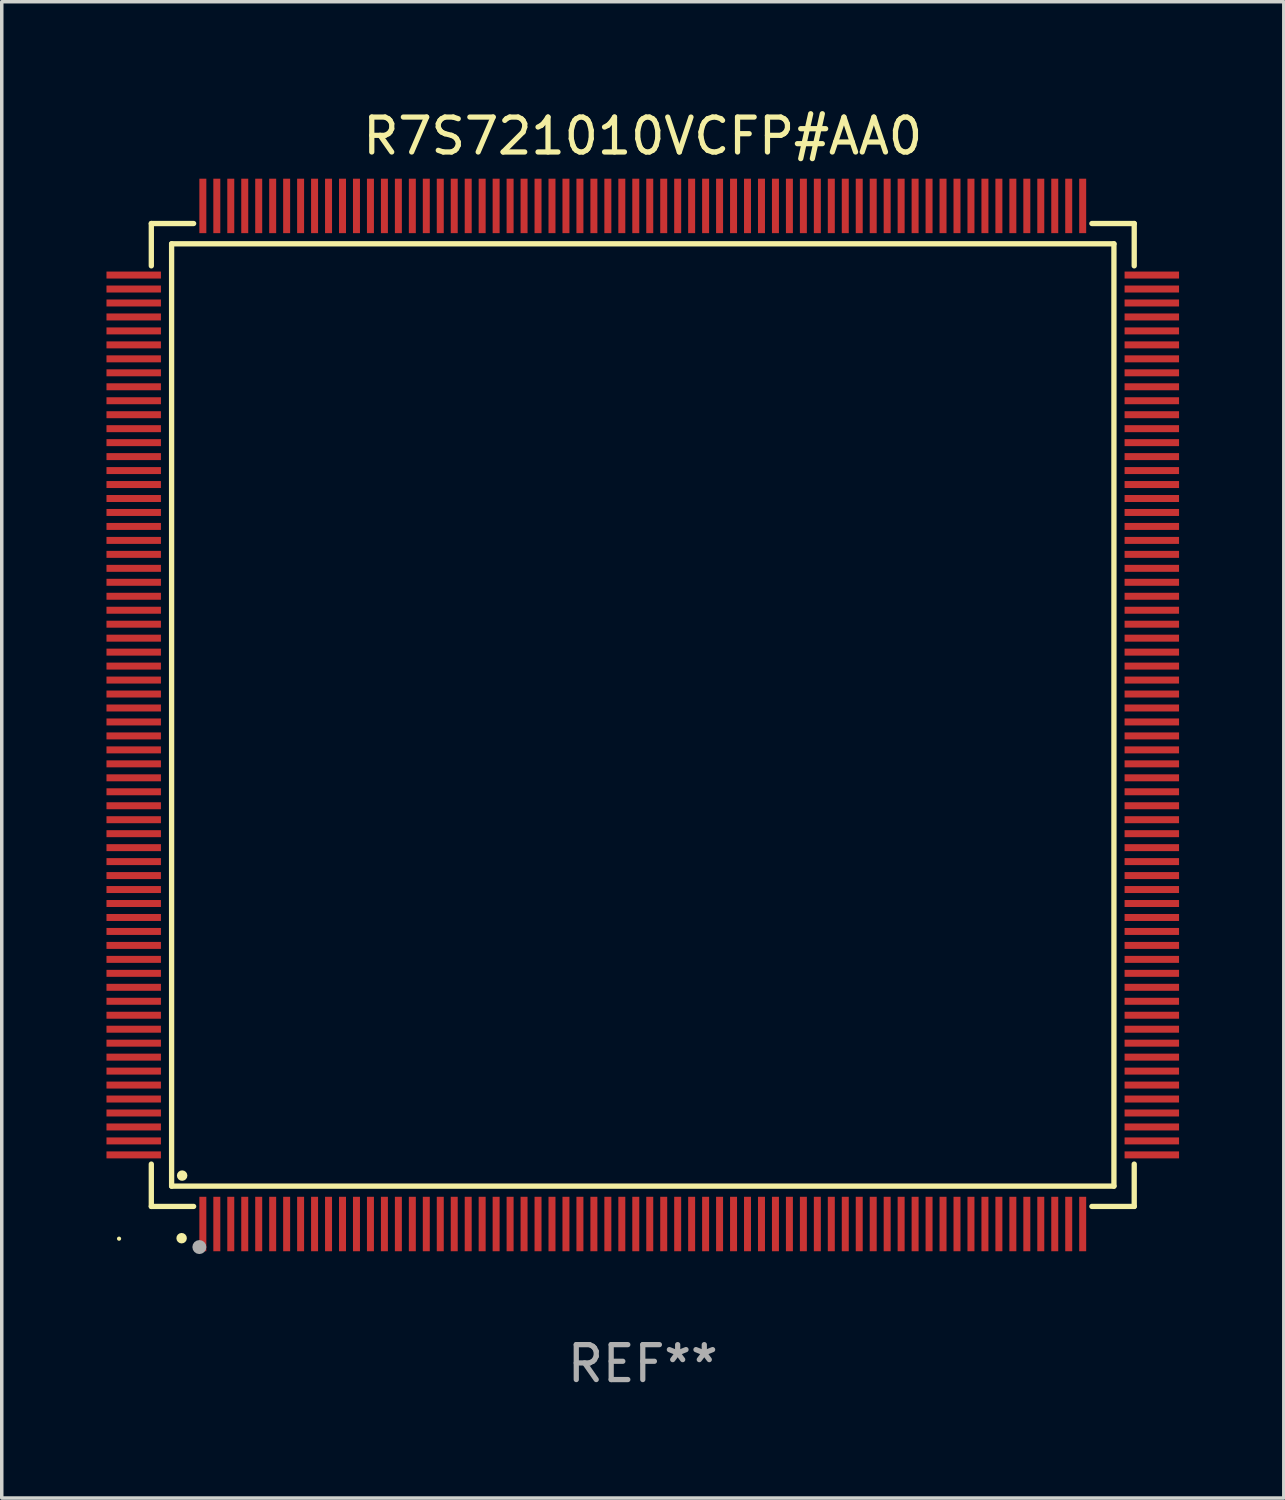
<source format=kicad_pcb>
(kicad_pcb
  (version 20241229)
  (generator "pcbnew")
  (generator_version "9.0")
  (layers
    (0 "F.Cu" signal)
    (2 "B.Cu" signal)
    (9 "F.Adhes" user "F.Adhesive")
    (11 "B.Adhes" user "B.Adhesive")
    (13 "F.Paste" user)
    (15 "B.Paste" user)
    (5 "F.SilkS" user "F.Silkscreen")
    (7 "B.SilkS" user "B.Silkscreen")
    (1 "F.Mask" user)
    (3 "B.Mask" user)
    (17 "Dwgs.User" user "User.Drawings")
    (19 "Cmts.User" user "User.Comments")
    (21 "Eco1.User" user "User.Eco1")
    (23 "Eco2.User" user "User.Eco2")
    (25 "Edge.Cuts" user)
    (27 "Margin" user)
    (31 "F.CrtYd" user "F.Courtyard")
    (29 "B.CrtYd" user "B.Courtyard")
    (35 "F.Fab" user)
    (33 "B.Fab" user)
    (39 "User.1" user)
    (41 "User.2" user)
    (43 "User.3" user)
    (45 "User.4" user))
  (footprint "R7S721010VCFP#AA0"
    (layer "F.Cu")
    (at 15.36 17.428)
    (property "Reference" "R7S721010VCFP#AA0" (at 0 -16.58 0) (layer "F.SilkS") (effects (font (size 1 1) (thickness 0.15))))
    (attr through_hole)
    (fp_line (start -14.076 -14.076) (end -14.076 -12.864) (stroke (width 0.152) (type solid)) (layer "F.SilkS"))
    (fp_line (start -14.076 14.076) (end -14.076 12.864) (stroke (width 0.152) (type solid)) (layer "F.SilkS"))
    (fp_line (start -13.495 -13.495) (end 13.495 -13.495) (stroke (width 0.152) (type solid)) (layer "F.SilkS"))
    (fp_line (start -13.495 13.495) (end -13.495 -13.495) (stroke (width 0.152) (type solid)) (layer "F.SilkS"))
    (fp_line (start -12.864 -14.076) (end -14.076 -14.076) (stroke (width 0.152) (type solid)) (layer "F.SilkS"))
    (fp_line (start -12.864 14.076) (end -14.076 14.076) (stroke (width 0.152) (type solid)) (layer "F.SilkS"))
    (fp_line (start 12.864 -14.076) (end 14.076 -14.076) (stroke (width 0.152) (type solid)) (layer "F.SilkS"))
    (fp_line (start 12.864 14.076) (end 14.076 14.076) (stroke (width 0.152) (type solid)) (layer "F.SilkS"))
    (fp_line (start 13.495 -13.495) (end 13.495 13.495) (stroke (width 0.152) (type solid)) (layer "F.SilkS"))
    (fp_line (start 13.495 13.495) (end -13.495 13.495) (stroke (width 0.152) (type solid)) (layer "F.SilkS"))
    (fp_line (start 14.076 -14.076) (end 14.076 -12.864) (stroke (width 0.152) (type solid)) (layer "F.SilkS"))
    (fp_line (start 14.076 14.076) (end 14.076 12.864) (stroke (width 0.152) (type solid)) (layer "F.SilkS"))
    (fp_circle (center -15 15) (end -14.97 15) (stroke (width 0.06) (type solid)) (fill no) (layer "F.SilkS"))
    (fp_circle (center -13.208 14.986) (end -13.133 14.986) (stroke (width 0.15) (type solid)) (fill no) (layer "F.SilkS"))
    (fp_circle (center -13.193 13.193) (end -13.118 13.193) (stroke (width 0.15) (type solid)) (fill no) (layer "F.SilkS"))
    (fp_circle (center -12.7 15.24) (end -12.6 15.24) (stroke (width 0.2) (type solid)) (fill no) (layer "F.Fab"))
    (fp_text user "REF**" (at 0 18.58 0) (layer "F.Fab") (effects (font (size 1 1) (thickness 0.15))))
    (pad "1" smd rect (at -12.6 14.58) (size 0.2 1.56) (layers "F.Cu" "F.Mask" "F.Paste"))
    (pad "2" smd rect (at -12.2 14.58) (size 0.2 1.56) (layers "F.Cu" "F.Mask" "F.Paste"))
    (pad "3" smd rect (at -11.8 14.58) (size 0.2 1.56) (layers "F.Cu" "F.Mask" "F.Paste"))
    (pad "4" smd rect (at -11.4 14.58) (size 0.2 1.56) (layers "F.Cu" "F.Mask" "F.Paste"))
    (pad "5" smd rect (at -11 14.58) (size 0.2 1.56) (layers "F.Cu" "F.Mask" "F.Paste"))
    (pad "6" smd rect (at -10.6 14.58) (size 0.2 1.56) (layers "F.Cu" "F.Mask" "F.Paste"))
    (pad "7" smd rect (at -10.2 14.58) (size 0.2 1.56) (layers "F.Cu" "F.Mask" "F.Paste"))
    (pad "8" smd rect (at -9.8 14.58) (size 0.2 1.56) (layers "F.Cu" "F.Mask" "F.Paste"))
    (pad "9" smd rect (at -9.4 14.58) (size 0.2 1.56) (layers "F.Cu" "F.Mask" "F.Paste"))
    (pad "10" smd rect (at -9 14.58) (size 0.2 1.56) (layers "F.Cu" "F.Mask" "F.Paste"))
    (pad "11" smd rect (at -8.6 14.58) (size 0.2 1.56) (layers "F.Cu" "F.Mask" "F.Paste"))
    (pad "12" smd rect (at -8.2 14.58) (size 0.2 1.56) (layers "F.Cu" "F.Mask" "F.Paste"))
    (pad "13" smd rect (at -7.8 14.58) (size 0.2 1.56) (layers "F.Cu" "F.Mask" "F.Paste"))
    (pad "14" smd rect (at -7.4 14.58) (size 0.2 1.56) (layers "F.Cu" "F.Mask" "F.Paste"))
    (pad "15" smd rect (at -7 14.58) (size 0.2 1.56) (layers "F.Cu" "F.Mask" "F.Paste"))
    (pad "16" smd rect (at -6.6 14.58) (size 0.2 1.56) (layers "F.Cu" "F.Mask" "F.Paste"))
    (pad "17" smd rect (at -6.2 14.58) (size 0.2 1.56) (layers "F.Cu" "F.Mask" "F.Paste"))
    (pad "18" smd rect (at -5.8 14.58) (size 0.2 1.56) (layers "F.Cu" "F.Mask" "F.Paste"))
    (pad "19" smd rect (at -5.4 14.58) (size 0.2 1.56) (layers "F.Cu" "F.Mask" "F.Paste"))
    (pad "20" smd rect (at -5 14.58) (size 0.2 1.56) (layers "F.Cu" "F.Mask" "F.Paste"))
    (pad "21" smd rect (at -4.6 14.58) (size 0.2 1.56) (layers "F.Cu" "F.Mask" "F.Paste"))
    (pad "22" smd rect (at -4.2 14.58) (size 0.2 1.56) (layers "F.Cu" "F.Mask" "F.Paste"))
    (pad "23" smd rect (at -3.8 14.58) (size 0.2 1.56) (layers "F.Cu" "F.Mask" "F.Paste"))
    (pad "24" smd rect (at -3.4 14.58) (size 0.2 1.56) (layers "F.Cu" "F.Mask" "F.Paste"))
    (pad "25" smd rect (at -3 14.58) (size 0.2 1.56) (layers "F.Cu" "F.Mask" "F.Paste"))
    (pad "26" smd rect (at -2.6 14.58) (size 0.2 1.56) (layers "F.Cu" "F.Mask" "F.Paste"))
    (pad "27" smd rect (at -2.2 14.58) (size 0.2 1.56) (layers "F.Cu" "F.Mask" "F.Paste"))
    (pad "28" smd rect (at -1.8 14.58) (size 0.2 1.56) (layers "F.Cu" "F.Mask" "F.Paste"))
    (pad "29" smd rect (at -1.4 14.58) (size 0.2 1.56) (layers "F.Cu" "F.Mask" "F.Paste"))
    (pad "30" smd rect (at -1 14.58) (size 0.2 1.56) (layers "F.Cu" "F.Mask" "F.Paste"))
    (pad "31" smd rect (at -0.6 14.58) (size 0.2 1.56) (layers "F.Cu" "F.Mask" "F.Paste"))
    (pad "32" smd rect (at -0.2 14.58) (size 0.2 1.56) (layers "F.Cu" "F.Mask" "F.Paste"))
    (pad "33" smd rect (at 0.2 14.58) (size 0.2 1.56) (layers "F.Cu" "F.Mask" "F.Paste"))
    (pad "34" smd rect (at 0.6 14.58) (size 0.2 1.56) (layers "F.Cu" "F.Mask" "F.Paste"))
    (pad "35" smd rect (at 1 14.58) (size 0.2 1.56) (layers "F.Cu" "F.Mask" "F.Paste"))
    (pad "36" smd rect (at 1.4 14.58) (size 0.2 1.56) (layers "F.Cu" "F.Mask" "F.Paste"))
    (pad "37" smd rect (at 1.8 14.58) (size 0.2 1.56) (layers "F.Cu" "F.Mask" "F.Paste"))
    (pad "38" smd rect (at 2.2 14.58) (size 0.2 1.56) (layers "F.Cu" "F.Mask" "F.Paste"))
    (pad "39" smd rect (at 2.6 14.58) (size 0.2 1.56) (layers "F.Cu" "F.Mask" "F.Paste"))
    (pad "40" smd rect (at 3 14.58) (size 0.2 1.56) (layers "F.Cu" "F.Mask" "F.Paste"))
    (pad "41" smd rect (at 3.4 14.58) (size 0.2 1.56) (layers "F.Cu" "F.Mask" "F.Paste"))
    (pad "42" smd rect (at 3.8 14.58) (size 0.2 1.56) (layers "F.Cu" "F.Mask" "F.Paste"))
    (pad "43" smd rect (at 4.2 14.58) (size 0.2 1.56) (layers "F.Cu" "F.Mask" "F.Paste"))
    (pad "44" smd rect (at 4.6 14.58) (size 0.2 1.56) (layers "F.Cu" "F.Mask" "F.Paste"))
    (pad "45" smd rect (at 5 14.58) (size 0.2 1.56) (layers "F.Cu" "F.Mask" "F.Paste"))
    (pad "46" smd rect (at 5.4 14.58) (size 0.2 1.56) (layers "F.Cu" "F.Mask" "F.Paste"))
    (pad "47" smd rect (at 5.8 14.58) (size 0.2 1.56) (layers "F.Cu" "F.Mask" "F.Paste"))
    (pad "48" smd rect (at 6.2 14.58) (size 0.2 1.56) (layers "F.Cu" "F.Mask" "F.Paste"))
    (pad "49" smd rect (at 6.6 14.58) (size 0.2 1.56) (layers "F.Cu" "F.Mask" "F.Paste"))
    (pad "50" smd rect (at 7 14.58) (size 0.2 1.56) (layers "F.Cu" "F.Mask" "F.Paste"))
    (pad "51" smd rect (at 7.4 14.58) (size 0.2 1.56) (layers "F.Cu" "F.Mask" "F.Paste"))
    (pad "52" smd rect (at 7.8 14.58) (size 0.2 1.56) (layers "F.Cu" "F.Mask" "F.Paste"))
    (pad "53" smd rect (at 8.2 14.58) (size 0.2 1.56) (layers "F.Cu" "F.Mask" "F.Paste"))
    (pad "54" smd rect (at 8.6 14.58) (size 0.2 1.56) (layers "F.Cu" "F.Mask" "F.Paste"))
    (pad "55" smd rect (at 9 14.58) (size 0.2 1.56) (layers "F.Cu" "F.Mask" "F.Paste"))
    (pad "56" smd rect (at 9.4 14.58) (size 0.2 1.56) (layers "F.Cu" "F.Mask" "F.Paste"))
    (pad "57" smd rect (at 9.8 14.58) (size 0.2 1.56) (layers "F.Cu" "F.Mask" "F.Paste"))
    (pad "58" smd rect (at 10.2 14.58) (size 0.2 1.56) (layers "F.Cu" "F.Mask" "F.Paste"))
    (pad "59" smd rect (at 10.6 14.58) (size 0.2 1.56) (layers "F.Cu" "F.Mask" "F.Paste"))
    (pad "60" smd rect (at 11 14.58) (size 0.2 1.56) (layers "F.Cu" "F.Mask" "F.Paste"))
    (pad "61" smd rect (at 11.4 14.58) (size 0.2 1.56) (layers "F.Cu" "F.Mask" "F.Paste"))
    (pad "62" smd rect (at 11.8 14.58) (size 0.2 1.56) (layers "F.Cu" "F.Mask" "F.Paste"))
    (pad "63" smd rect (at 12.2 14.58) (size 0.2 1.56) (layers "F.Cu" "F.Mask" "F.Paste"))
    (pad "64" smd rect (at 12.6 14.58) (size 0.2 1.56) (layers "F.Cu" "F.Mask" "F.Paste"))
    (pad "65" smd rect (at 14.58 12.6) (size 1.56 0.2) (layers "F.Cu" "F.Mask" "F.Paste"))
    (pad "66" smd rect (at 14.58 12.2) (size 1.56 0.2) (layers "F.Cu" "F.Mask" "F.Paste"))
    (pad "67" smd rect (at 14.58 11.8) (size 1.56 0.2) (layers "F.Cu" "F.Mask" "F.Paste"))
    (pad "68" smd rect (at 14.58 11.4) (size 1.56 0.2) (layers "F.Cu" "F.Mask" "F.Paste"))
    (pad "69" smd rect (at 14.58 11) (size 1.56 0.2) (layers "F.Cu" "F.Mask" "F.Paste"))
    (pad "70" smd rect (at 14.58 10.6) (size 1.56 0.2) (layers "F.Cu" "F.Mask" "F.Paste"))
    (pad "71" smd rect (at 14.58 10.2) (size 1.56 0.2) (layers "F.Cu" "F.Mask" "F.Paste"))
    (pad "72" smd rect (at 14.58 9.8) (size 1.56 0.2) (layers "F.Cu" "F.Mask" "F.Paste"))
    (pad "73" smd rect (at 14.58 9.4) (size 1.56 0.2) (layers "F.Cu" "F.Mask" "F.Paste"))
    (pad "74" smd rect (at 14.58 9) (size 1.56 0.2) (layers "F.Cu" "F.Mask" "F.Paste"))
    (pad "75" smd rect (at 14.58 8.6) (size 1.56 0.2) (layers "F.Cu" "F.Mask" "F.Paste"))
    (pad "76" smd rect (at 14.58 8.2) (size 1.56 0.2) (layers "F.Cu" "F.Mask" "F.Paste"))
    (pad "77" smd rect (at 14.58 7.8) (size 1.56 0.2) (layers "F.Cu" "F.Mask" "F.Paste"))
    (pad "78" smd rect (at 14.58 7.4) (size 1.56 0.2) (layers "F.Cu" "F.Mask" "F.Paste"))
    (pad "79" smd rect (at 14.58 7) (size 1.56 0.2) (layers "F.Cu" "F.Mask" "F.Paste"))
    (pad "80" smd rect (at 14.58 6.6) (size 1.56 0.2) (layers "F.Cu" "F.Mask" "F.Paste"))
    (pad "81" smd rect (at 14.58 6.2) (size 1.56 0.2) (layers "F.Cu" "F.Mask" "F.Paste"))
    (pad "82" smd rect (at 14.58 5.8) (size 1.56 0.2) (layers "F.Cu" "F.Mask" "F.Paste"))
    (pad "83" smd rect (at 14.58 5.4) (size 1.56 0.2) (layers "F.Cu" "F.Mask" "F.Paste"))
    (pad "84" smd rect (at 14.58 5) (size 1.56 0.2) (layers "F.Cu" "F.Mask" "F.Paste"))
    (pad "85" smd rect (at 14.58 4.6) (size 1.56 0.2) (layers "F.Cu" "F.Mask" "F.Paste"))
    (pad "86" smd rect (at 14.58 4.2) (size 1.56 0.2) (layers "F.Cu" "F.Mask" "F.Paste"))
    (pad "87" smd rect (at 14.58 3.8) (size 1.56 0.2) (layers "F.Cu" "F.Mask" "F.Paste"))
    (pad "88" smd rect (at 14.58 3.4) (size 1.56 0.2) (layers "F.Cu" "F.Mask" "F.Paste"))
    (pad "89" smd rect (at 14.58 3) (size 1.56 0.2) (layers "F.Cu" "F.Mask" "F.Paste"))
    (pad "90" smd rect (at 14.58 2.6) (size 1.56 0.2) (layers "F.Cu" "F.Mask" "F.Paste"))
    (pad "91" smd rect (at 14.58 2.2) (size 1.56 0.2) (layers "F.Cu" "F.Mask" "F.Paste"))
    (pad "92" smd rect (at 14.58 1.8) (size 1.56 0.2) (layers "F.Cu" "F.Mask" "F.Paste"))
    (pad "93" smd rect (at 14.58 1.4) (size 1.56 0.2) (layers "F.Cu" "F.Mask" "F.Paste"))
    (pad "94" smd rect (at 14.58 1) (size 1.56 0.2) (layers "F.Cu" "F.Mask" "F.Paste"))
    (pad "95" smd rect (at 14.58 0.6) (size 1.56 0.2) (layers "F.Cu" "F.Mask" "F.Paste"))
    (pad "96" smd rect (at 14.58 0.2) (size 1.56 0.2) (layers "F.Cu" "F.Mask" "F.Paste"))
    (pad "97" smd rect (at 14.58 -0.2) (size 1.56 0.2) (layers "F.Cu" "F.Mask" "F.Paste"))
    (pad "98" smd rect (at 14.58 -0.6) (size 1.56 0.2) (layers "F.Cu" "F.Mask" "F.Paste"))
    (pad "99" smd rect (at 14.58 -1) (size 1.56 0.2) (layers "F.Cu" "F.Mask" "F.Paste"))
    (pad "100" smd rect (at 14.58 -1.4) (size 1.56 0.2) (layers "F.Cu" "F.Mask" "F.Paste"))
    (pad "101" smd rect (at 14.58 -1.8) (size 1.56 0.2) (layers "F.Cu" "F.Mask" "F.Paste"))
    (pad "102" smd rect (at 14.58 -2.2) (size 1.56 0.2) (layers "F.Cu" "F.Mask" "F.Paste"))
    (pad "103" smd rect (at 14.58 -2.6) (size 1.56 0.2) (layers "F.Cu" "F.Mask" "F.Paste"))
    (pad "104" smd rect (at 14.58 -3) (size 1.56 0.2) (layers "F.Cu" "F.Mask" "F.Paste"))
    (pad "105" smd rect (at 14.58 -3.4) (size 1.56 0.2) (layers "F.Cu" "F.Mask" "F.Paste"))
    (pad "106" smd rect (at 14.58 -3.8) (size 1.56 0.2) (layers "F.Cu" "F.Mask" "F.Paste"))
    (pad "107" smd rect (at 14.58 -4.2) (size 1.56 0.2) (layers "F.Cu" "F.Mask" "F.Paste"))
    (pad "108" smd rect (at 14.58 -4.6) (size 1.56 0.2) (layers "F.Cu" "F.Mask" "F.Paste"))
    (pad "109" smd rect (at 14.58 -5) (size 1.56 0.2) (layers "F.Cu" "F.Mask" "F.Paste"))
    (pad "110" smd rect (at 14.58 -5.4) (size 1.56 0.2) (layers "F.Cu" "F.Mask" "F.Paste"))
    (pad "111" smd rect (at 14.58 -5.8) (size 1.56 0.2) (layers "F.Cu" "F.Mask" "F.Paste"))
    (pad "112" smd rect (at 14.58 -6.2) (size 1.56 0.2) (layers "F.Cu" "F.Mask" "F.Paste"))
    (pad "113" smd rect (at 14.58 -6.6) (size 1.56 0.2) (layers "F.Cu" "F.Mask" "F.Paste"))
    (pad "114" smd rect (at 14.58 -7) (size 1.56 0.2) (layers "F.Cu" "F.Mask" "F.Paste"))
    (pad "115" smd rect (at 14.58 -7.4) (size 1.56 0.2) (layers "F.Cu" "F.Mask" "F.Paste"))
    (pad "116" smd rect (at 14.58 -7.8) (size 1.56 0.2) (layers "F.Cu" "F.Mask" "F.Paste"))
    (pad "117" smd rect (at 14.58 -8.2) (size 1.56 0.2) (layers "F.Cu" "F.Mask" "F.Paste"))
    (pad "118" smd rect (at 14.58 -8.6) (size 1.56 0.2) (layers "F.Cu" "F.Mask" "F.Paste"))
    (pad "119" smd rect (at 14.58 -9) (size 1.56 0.2) (layers "F.Cu" "F.Mask" "F.Paste"))
    (pad "120" smd rect (at 14.58 -9.4) (size 1.56 0.2) (layers "F.Cu" "F.Mask" "F.Paste"))
    (pad "121" smd rect (at 14.58 -9.8) (size 1.56 0.2) (layers "F.Cu" "F.Mask" "F.Paste"))
    (pad "122" smd rect (at 14.58 -10.2) (size 1.56 0.2) (layers "F.Cu" "F.Mask" "F.Paste"))
    (pad "123" smd rect (at 14.58 -10.6) (size 1.56 0.2) (layers "F.Cu" "F.Mask" "F.Paste"))
    (pad "124" smd rect (at 14.58 -11) (size 1.56 0.2) (layers "F.Cu" "F.Mask" "F.Paste"))
    (pad "125" smd rect (at 14.58 -11.4) (size 1.56 0.2) (layers "F.Cu" "F.Mask" "F.Paste"))
    (pad "126" smd rect (at 14.58 -11.8) (size 1.56 0.2) (layers "F.Cu" "F.Mask" "F.Paste"))
    (pad "127" smd rect (at 14.58 -12.2) (size 1.56 0.2) (layers "F.Cu" "F.Mask" "F.Paste"))
    (pad "128" smd rect (at 14.58 -12.6) (size 1.56 0.2) (layers "F.Cu" "F.Mask" "F.Paste"))
    (pad "129" smd rect (at 12.6 -14.58) (size 0.2 1.56) (layers "F.Cu" "F.Mask" "F.Paste"))
    (pad "130" smd rect (at 12.2 -14.58) (size 0.2 1.56) (layers "F.Cu" "F.Mask" "F.Paste"))
    (pad "131" smd rect (at 11.8 -14.58) (size 0.2 1.56) (layers "F.Cu" "F.Mask" "F.Paste"))
    (pad "132" smd rect (at 11.4 -14.58) (size 0.2 1.56) (layers "F.Cu" "F.Mask" "F.Paste"))
    (pad "133" smd rect (at 11 -14.58) (size 0.2 1.56) (layers "F.Cu" "F.Mask" "F.Paste"))
    (pad "134" smd rect (at 10.6 -14.58) (size 0.2 1.56) (layers "F.Cu" "F.Mask" "F.Paste"))
    (pad "135" smd rect (at 10.2 -14.58) (size 0.2 1.56) (layers "F.Cu" "F.Mask" "F.Paste"))
    (pad "136" smd rect (at 9.8 -14.58) (size 0.2 1.56) (layers "F.Cu" "F.Mask" "F.Paste"))
    (pad "137" smd rect (at 9.4 -14.58) (size 0.2 1.56) (layers "F.Cu" "F.Mask" "F.Paste"))
    (pad "138" smd rect (at 9 -14.58) (size 0.2 1.56) (layers "F.Cu" "F.Mask" "F.Paste"))
    (pad "139" smd rect (at 8.6 -14.58) (size 0.2 1.56) (layers "F.Cu" "F.Mask" "F.Paste"))
    (pad "140" smd rect (at 8.2 -14.58) (size 0.2 1.56) (layers "F.Cu" "F.Mask" "F.Paste"))
    (pad "141" smd rect (at 7.8 -14.58) (size 0.2 1.56) (layers "F.Cu" "F.Mask" "F.Paste"))
    (pad "142" smd rect (at 7.4 -14.58) (size 0.2 1.56) (layers "F.Cu" "F.Mask" "F.Paste"))
    (pad "143" smd rect (at 7 -14.58) (size 0.2 1.56) (layers "F.Cu" "F.Mask" "F.Paste"))
    (pad "144" smd rect (at 6.6 -14.58) (size 0.2 1.56) (layers "F.Cu" "F.Mask" "F.Paste"))
    (pad "145" smd rect (at 6.2 -14.58) (size 0.2 1.56) (layers "F.Cu" "F.Mask" "F.Paste"))
    (pad "146" smd rect (at 5.8 -14.58) (size 0.2 1.56) (layers "F.Cu" "F.Mask" "F.Paste"))
    (pad "147" smd rect (at 5.4 -14.58) (size 0.2 1.56) (layers "F.Cu" "F.Mask" "F.Paste"))
    (pad "148" smd rect (at 5 -14.58) (size 0.2 1.56) (layers "F.Cu" "F.Mask" "F.Paste"))
    (pad "149" smd rect (at 4.6 -14.58) (size 0.2 1.56) (layers "F.Cu" "F.Mask" "F.Paste"))
    (pad "150" smd rect (at 4.2 -14.58) (size 0.2 1.56) (layers "F.Cu" "F.Mask" "F.Paste"))
    (pad "151" smd rect (at 3.8 -14.58) (size 0.2 1.56) (layers "F.Cu" "F.Mask" "F.Paste"))
    (pad "152" smd rect (at 3.4 -14.58) (size 0.2 1.56) (layers "F.Cu" "F.Mask" "F.Paste"))
    (pad "153" smd rect (at 3 -14.58) (size 0.2 1.56) (layers "F.Cu" "F.Mask" "F.Paste"))
    (pad "154" smd rect (at 2.6 -14.58) (size 0.2 1.56) (layers "F.Cu" "F.Mask" "F.Paste"))
    (pad "155" smd rect (at 2.2 -14.58) (size 0.2 1.56) (layers "F.Cu" "F.Mask" "F.Paste"))
    (pad "156" smd rect (at 1.8 -14.58) (size 0.2 1.56) (layers "F.Cu" "F.Mask" "F.Paste"))
    (pad "157" smd rect (at 1.4 -14.58) (size 0.2 1.56) (layers "F.Cu" "F.Mask" "F.Paste"))
    (pad "158" smd rect (at 1 -14.58) (size 0.2 1.56) (layers "F.Cu" "F.Mask" "F.Paste"))
    (pad "159" smd rect (at 0.6 -14.58) (size 0.2 1.56) (layers "F.Cu" "F.Mask" "F.Paste"))
    (pad "160" smd rect (at 0.2 -14.58) (size 0.2 1.56) (layers "F.Cu" "F.Mask" "F.Paste"))
    (pad "161" smd rect (at -0.2 -14.58) (size 0.2 1.56) (layers "F.Cu" "F.Mask" "F.Paste"))
    (pad "162" smd rect (at -0.6 -14.58) (size 0.2 1.56) (layers "F.Cu" "F.Mask" "F.Paste"))
    (pad "163" smd rect (at -1 -14.58) (size 0.2 1.56) (layers "F.Cu" "F.Mask" "F.Paste"))
    (pad "164" smd rect (at -1.4 -14.58) (size 0.2 1.56) (layers "F.Cu" "F.Mask" "F.Paste"))
    (pad "165" smd rect (at -1.8 -14.58) (size 0.2 1.56) (layers "F.Cu" "F.Mask" "F.Paste"))
    (pad "166" smd rect (at -2.2 -14.58) (size 0.2 1.56) (layers "F.Cu" "F.Mask" "F.Paste"))
    (pad "167" smd rect (at -2.6 -14.58) (size 0.2 1.56) (layers "F.Cu" "F.Mask" "F.Paste"))
    (pad "168" smd rect (at -3 -14.58) (size 0.2 1.56) (layers "F.Cu" "F.Mask" "F.Paste"))
    (pad "169" smd rect (at -3.4 -14.58) (size 0.2 1.56) (layers "F.Cu" "F.Mask" "F.Paste"))
    (pad "170" smd rect (at -3.8 -14.58) (size 0.2 1.56) (layers "F.Cu" "F.Mask" "F.Paste"))
    (pad "171" smd rect (at -4.2 -14.58) (size 0.2 1.56) (layers "F.Cu" "F.Mask" "F.Paste"))
    (pad "172" smd rect (at -4.6 -14.58) (size 0.2 1.56) (layers "F.Cu" "F.Mask" "F.Paste"))
    (pad "173" smd rect (at -5 -14.58) (size 0.2 1.56) (layers "F.Cu" "F.Mask" "F.Paste"))
    (pad "174" smd rect (at -5.4 -14.58) (size 0.2 1.56) (layers "F.Cu" "F.Mask" "F.Paste"))
    (pad "175" smd rect (at -5.8 -14.58) (size 0.2 1.56) (layers "F.Cu" "F.Mask" "F.Paste"))
    (pad "176" smd rect (at -6.2 -14.58) (size 0.2 1.56) (layers "F.Cu" "F.Mask" "F.Paste"))
    (pad "177" smd rect (at -6.6 -14.58) (size 0.2 1.56) (layers "F.Cu" "F.Mask" "F.Paste"))
    (pad "178" smd rect (at -7 -14.58) (size 0.2 1.56) (layers "F.Cu" "F.Mask" "F.Paste"))
    (pad "179" smd rect (at -7.4 -14.58) (size 0.2 1.56) (layers "F.Cu" "F.Mask" "F.Paste"))
    (pad "180" smd rect (at -7.8 -14.58) (size 0.2 1.56) (layers "F.Cu" "F.Mask" "F.Paste"))
    (pad "181" smd rect (at -8.2 -14.58) (size 0.2 1.56) (layers "F.Cu" "F.Mask" "F.Paste"))
    (pad "182" smd rect (at -8.6 -14.58) (size 0.2 1.56) (layers "F.Cu" "F.Mask" "F.Paste"))
    (pad "183" smd rect (at -9 -14.58) (size 0.2 1.56) (layers "F.Cu" "F.Mask" "F.Paste"))
    (pad "184" smd rect (at -9.4 -14.58) (size 0.2 1.56) (layers "F.Cu" "F.Mask" "F.Paste"))
    (pad "185" smd rect (at -9.8 -14.58) (size 0.2 1.56) (layers "F.Cu" "F.Mask" "F.Paste"))
    (pad "186" smd rect (at -10.2 -14.58) (size 0.2 1.56) (layers "F.Cu" "F.Mask" "F.Paste"))
    (pad "187" smd rect (at -10.6 -14.58) (size 0.2 1.56) (layers "F.Cu" "F.Mask" "F.Paste"))
    (pad "188" smd rect (at -11 -14.58) (size 0.2 1.56) (layers "F.Cu" "F.Mask" "F.Paste"))
    (pad "189" smd rect (at -11.4 -14.58) (size 0.2 1.56) (layers "F.Cu" "F.Mask" "F.Paste"))
    (pad "190" smd rect (at -11.8 -14.58) (size 0.2 1.56) (layers "F.Cu" "F.Mask" "F.Paste"))
    (pad "191" smd rect (at -12.2 -14.58) (size 0.2 1.56) (layers "F.Cu" "F.Mask" "F.Paste"))
    (pad "192" smd rect (at -12.6 -14.58) (size 0.2 1.56) (layers "F.Cu" "F.Mask" "F.Paste"))
    (pad "193" smd rect (at -14.58 -12.6) (size 1.56 0.2) (layers "F.Cu" "F.Mask" "F.Paste"))
    (pad "194" smd rect (at -14.58 -12.2) (size 1.56 0.2) (layers "F.Cu" "F.Mask" "F.Paste"))
    (pad "195" smd rect (at -14.58 -11.8) (size 1.56 0.2) (layers "F.Cu" "F.Mask" "F.Paste"))
    (pad "196" smd rect (at -14.58 -11.4) (size 1.56 0.2) (layers "F.Cu" "F.Mask" "F.Paste"))
    (pad "197" smd rect (at -14.58 -11) (size 1.56 0.2) (layers "F.Cu" "F.Mask" "F.Paste"))
    (pad "198" smd rect (at -14.58 -10.6) (size 1.56 0.2) (layers "F.Cu" "F.Mask" "F.Paste"))
    (pad "199" smd rect (at -14.58 -10.2) (size 1.56 0.2) (layers "F.Cu" "F.Mask" "F.Paste"))
    (pad "200" smd rect (at -14.58 -9.8) (size 1.56 0.2) (layers "F.Cu" "F.Mask" "F.Paste"))
    (pad "201" smd rect (at -14.58 -9.4) (size 1.56 0.2) (layers "F.Cu" "F.Mask" "F.Paste"))
    (pad "202" smd rect (at -14.58 -9) (size 1.56 0.2) (layers "F.Cu" "F.Mask" "F.Paste"))
    (pad "203" smd rect (at -14.58 -8.6) (size 1.56 0.2) (layers "F.Cu" "F.Mask" "F.Paste"))
    (pad "204" smd rect (at -14.58 -8.2) (size 1.56 0.2) (layers "F.Cu" "F.Mask" "F.Paste"))
    (pad "205" smd rect (at -14.58 -7.8) (size 1.56 0.2) (layers "F.Cu" "F.Mask" "F.Paste"))
    (pad "206" smd rect (at -14.58 -7.4) (size 1.56 0.2) (layers "F.Cu" "F.Mask" "F.Paste"))
    (pad "207" smd rect (at -14.58 -7) (size 1.56 0.2) (layers "F.Cu" "F.Mask" "F.Paste"))
    (pad "208" smd rect (at -14.58 -6.6) (size 1.56 0.2) (layers "F.Cu" "F.Mask" "F.Paste"))
    (pad "209" smd rect (at -14.58 -6.2) (size 1.56 0.2) (layers "F.Cu" "F.Mask" "F.Paste"))
    (pad "210" smd rect (at -14.58 -5.8) (size 1.56 0.2) (layers "F.Cu" "F.Mask" "F.Paste"))
    (pad "211" smd rect (at -14.58 -5.4) (size 1.56 0.2) (layers "F.Cu" "F.Mask" "F.Paste"))
    (pad "212" smd rect (at -14.58 -5) (size 1.56 0.2) (layers "F.Cu" "F.Mask" "F.Paste"))
    (pad "213" smd rect (at -14.58 -4.6) (size 1.56 0.2) (layers "F.Cu" "F.Mask" "F.Paste"))
    (pad "214" smd rect (at -14.58 -4.2) (size 1.56 0.2) (layers "F.Cu" "F.Mask" "F.Paste"))
    (pad "215" smd rect (at -14.58 -3.8) (size 1.56 0.2) (layers "F.Cu" "F.Mask" "F.Paste"))
    (pad "216" smd rect (at -14.58 -3.4) (size 1.56 0.2) (layers "F.Cu" "F.Mask" "F.Paste"))
    (pad "217" smd rect (at -14.58 -3) (size 1.56 0.2) (layers "F.Cu" "F.Mask" "F.Paste"))
    (pad "218" smd rect (at -14.58 -2.6) (size 1.56 0.2) (layers "F.Cu" "F.Mask" "F.Paste"))
    (pad "219" smd rect (at -14.58 -2.2) (size 1.56 0.2) (layers "F.Cu" "F.Mask" "F.Paste"))
    (pad "220" smd rect (at -14.58 -1.8) (size 1.56 0.2) (layers "F.Cu" "F.Mask" "F.Paste"))
    (pad "221" smd rect (at -14.58 -1.4) (size 1.56 0.2) (layers "F.Cu" "F.Mask" "F.Paste"))
    (pad "222" smd rect (at -14.58 -1) (size 1.56 0.2) (layers "F.Cu" "F.Mask" "F.Paste"))
    (pad "223" smd rect (at -14.58 -0.6) (size 1.56 0.2) (layers "F.Cu" "F.Mask" "F.Paste"))
    (pad "224" smd rect (at -14.58 -0.2) (size 1.56 0.2) (layers "F.Cu" "F.Mask" "F.Paste"))
    (pad "225" smd rect (at -14.58 0.2) (size 1.56 0.2) (layers "F.Cu" "F.Mask" "F.Paste"))
    (pad "226" smd rect (at -14.58 0.6) (size 1.56 0.2) (layers "F.Cu" "F.Mask" "F.Paste"))
    (pad "227" smd rect (at -14.58 1) (size 1.56 0.2) (layers "F.Cu" "F.Mask" "F.Paste"))
    (pad "228" smd rect (at -14.58 1.4) (size 1.56 0.2) (layers "F.Cu" "F.Mask" "F.Paste"))
    (pad "229" smd rect (at -14.58 1.8) (size 1.56 0.2) (layers "F.Cu" "F.Mask" "F.Paste"))
    (pad "230" smd rect (at -14.58 2.2) (size 1.56 0.2) (layers "F.Cu" "F.Mask" "F.Paste"))
    (pad "231" smd rect (at -14.58 2.6) (size 1.56 0.2) (layers "F.Cu" "F.Mask" "F.Paste"))
    (pad "232" smd rect (at -14.58 3) (size 1.56 0.2) (layers "F.Cu" "F.Mask" "F.Paste"))
    (pad "233" smd rect (at -14.58 3.4) (size 1.56 0.2) (layers "F.Cu" "F.Mask" "F.Paste"))
    (pad "234" smd rect (at -14.58 3.8) (size 1.56 0.2) (layers "F.Cu" "F.Mask" "F.Paste"))
    (pad "235" smd rect (at -14.58 4.2) (size 1.56 0.2) (layers "F.Cu" "F.Mask" "F.Paste"))
    (pad "236" smd rect (at -14.58 4.6) (size 1.56 0.2) (layers "F.Cu" "F.Mask" "F.Paste"))
    (pad "237" smd rect (at -14.58 5) (size 1.56 0.2) (layers "F.Cu" "F.Mask" "F.Paste"))
    (pad "238" smd rect (at -14.58 5.4) (size 1.56 0.2) (layers "F.Cu" "F.Mask" "F.Paste"))
    (pad "239" smd rect (at -14.58 5.8) (size 1.56 0.2) (layers "F.Cu" "F.Mask" "F.Paste"))
    (pad "240" smd rect (at -14.58 6.2) (size 1.56 0.2) (layers "F.Cu" "F.Mask" "F.Paste"))
    (pad "241" smd rect (at -14.58 6.6) (size 1.56 0.2) (layers "F.Cu" "F.Mask" "F.Paste"))
    (pad "242" smd rect (at -14.58 7) (size 1.56 0.2) (layers "F.Cu" "F.Mask" "F.Paste"))
    (pad "243" smd rect (at -14.58 7.4) (size 1.56 0.2) (layers "F.Cu" "F.Mask" "F.Paste"))
    (pad "244" smd rect (at -14.58 7.8) (size 1.56 0.2) (layers "F.Cu" "F.Mask" "F.Paste"))
    (pad "245" smd rect (at -14.58 8.2) (size 1.56 0.2) (layers "F.Cu" "F.Mask" "F.Paste"))
    (pad "246" smd rect (at -14.58 8.6) (size 1.56 0.2) (layers "F.Cu" "F.Mask" "F.Paste"))
    (pad "247" smd rect (at -14.58 9) (size 1.56 0.2) (layers "F.Cu" "F.Mask" "F.Paste"))
    (pad "248" smd rect (at -14.58 9.4) (size 1.56 0.2) (layers "F.Cu" "F.Mask" "F.Paste"))
    (pad "249" smd rect (at -14.58 9.8) (size 1.56 0.2) (layers "F.Cu" "F.Mask" "F.Paste"))
    (pad "250" smd rect (at -14.58 10.2) (size 1.56 0.2) (layers "F.Cu" "F.Mask" "F.Paste"))
    (pad "251" smd rect (at -14.58 10.6) (size 1.56 0.2) (layers "F.Cu" "F.Mask" "F.Paste"))
    (pad "252" smd rect (at -14.58 11) (size 1.56 0.2) (layers "F.Cu" "F.Mask" "F.Paste"))
    (pad "253" smd rect (at -14.58 11.4) (size 1.56 0.2) (layers "F.Cu" "F.Mask" "F.Paste"))
    (pad "254" smd rect (at -14.58 11.8) (size 1.56 0.2) (layers "F.Cu" "F.Mask" "F.Paste"))
    (pad "255" smd rect (at -14.58 12.2) (size 1.56 0.2) (layers "F.Cu" "F.Mask" "F.Paste"))
    (pad "256" smd rect (at -14.58 12.6) (size 1.56 0.2) (layers "F.Cu" "F.Mask" "F.Paste")))
  (gr_rect
    (start -3 -3)
    (end 33.72 39.856)
    (stroke (width 0.1) (type default))
    (fill no)
    (layer "Edge.Cuts")))
</source>
